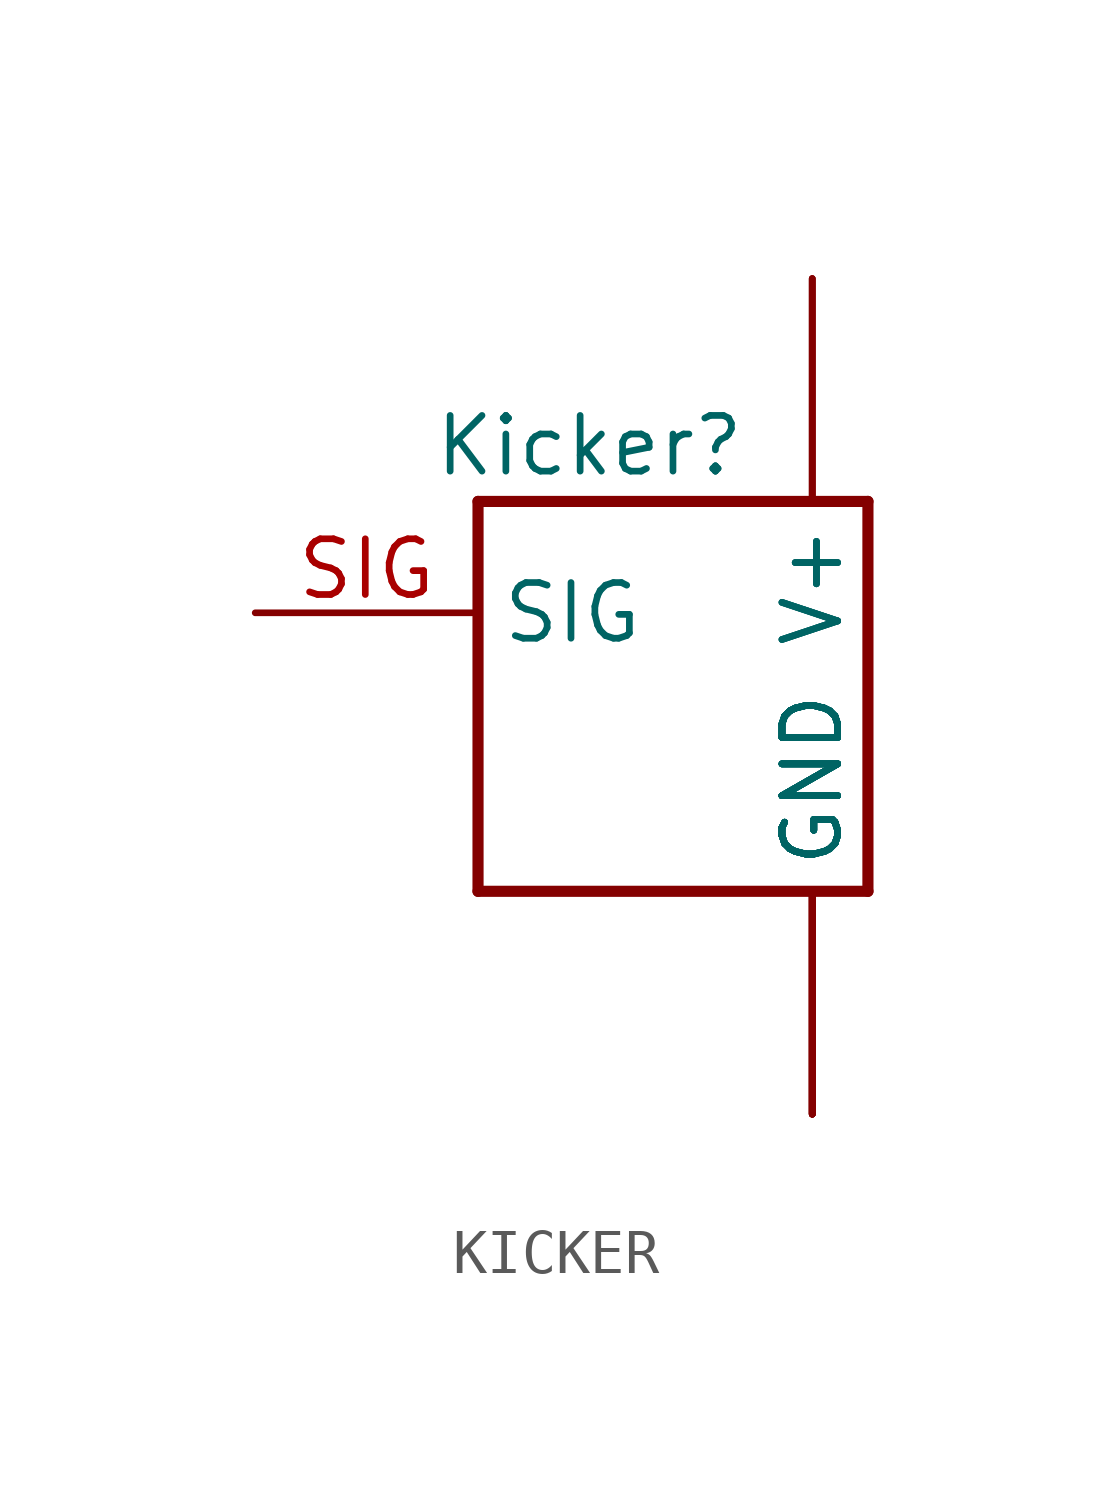
<source format=kicad_sym>
(kicad_symbol_lib
  (version 20231120)
  (generator "kicad_symbol_editor")
  (generator_version "8.0")
  (symbol "KICKER"
    (property "Reference" "Kicker"
      (at -5.08 3.81 0)
      (effects (font (size 1.27 1.27))))
    (symbol "KICKER_1_0"
      (polyline (pts (xy -7.62 -6.35) (xy -7.62 2.54)) (stroke (width 0.254) (type solid)) (fill (type none)))
      (polyline (pts (xy -7.62 2.54) (xy 1.27 2.54)) (stroke (width 0.254) (type solid)) (fill (type none)))
      (polyline (pts (xy 1.27 -6.35) (xy -7.62 -6.35)) (stroke (width 0.254) (type solid)) (fill (type none)))
      (polyline (pts (xy 1.27 2.54) (xy 1.27 -6.35)) (stroke (width 0.254) (type solid)) (fill (type none)))
      (pin bidirectional line (at 0 -11.43 90) (length 5.08) (name "GND" (effects (font (size 1.27 1.27)))) (number "GND1" (effects (font (size 0 0)))))
      (pin bidirectional line (at 0 -11.43 90) (length 5.08) (name "GND" (effects (font (size 1.27 1.27)))) (number "GND2" (effects (font (size 0 0)))))
      (pin bidirectional line (at 0 -11.43 90) (length 5.08) (name "GND" (effects (font (size 1.27 1.27)))) (number "GND3" (effects (font (size 0 0)))))
      (pin bidirectional line (at 0 -11.43 90) (length 5.08) (name "GND" (effects (font (size 1.27 1.27)))) (number "GND4" (effects (font (size 0 0)))))
      (pin bidirectional line (at 0 -11.43 90) (length 5.08) (name "GND" (effects (font (size 1.27 1.27)))) (number "GND5" (effects (font (size 0 0)))))
      (pin bidirectional line (at 0 -11.43 90) (length 5.08) (name "GND" (effects (font (size 1.27 1.27)))) (number "GND6" (effects (font (size 0 0)))))
      (pin bidirectional line (at 0 -11.43 90) (length 5.08) (name "GND" (effects (font (size 1.27 1.27)))) (number "GND7" (effects (font (size 0 0)))))
      (pin bidirectional line (at 0 -11.43 90) (length 5.08) (name "GND" (effects (font (size 1.27 1.27)))) (number "GND8" (effects (font (size 0 0)))))
      (pin bidirectional line (at -12.7 0 0) (length 5.08) (name "SIG" (effects (font (size 1.27 1.27)))) (number "SIG" (effects (font (size 1.27 1.27)))))
      (pin bidirectional line (at 0 7.62 270) (length 5.08) (name "V+" (effects (font (size 1.27 1.27)))) (number "V+1" (effects (font (size 0 0)))))
      (pin bidirectional line (at 0 7.62 270) (length 5.08) (name "V+" (effects (font (size 1.27 1.27)))) (number "V+2" (effects (font (size 0 0)))))
      (pin bidirectional line (at 0 7.62 270) (length 5.08) (name "V+" (effects (font (size 1.27 1.27)))) (number "V+3" (effects (font (size 0 0))))))))
</source>
